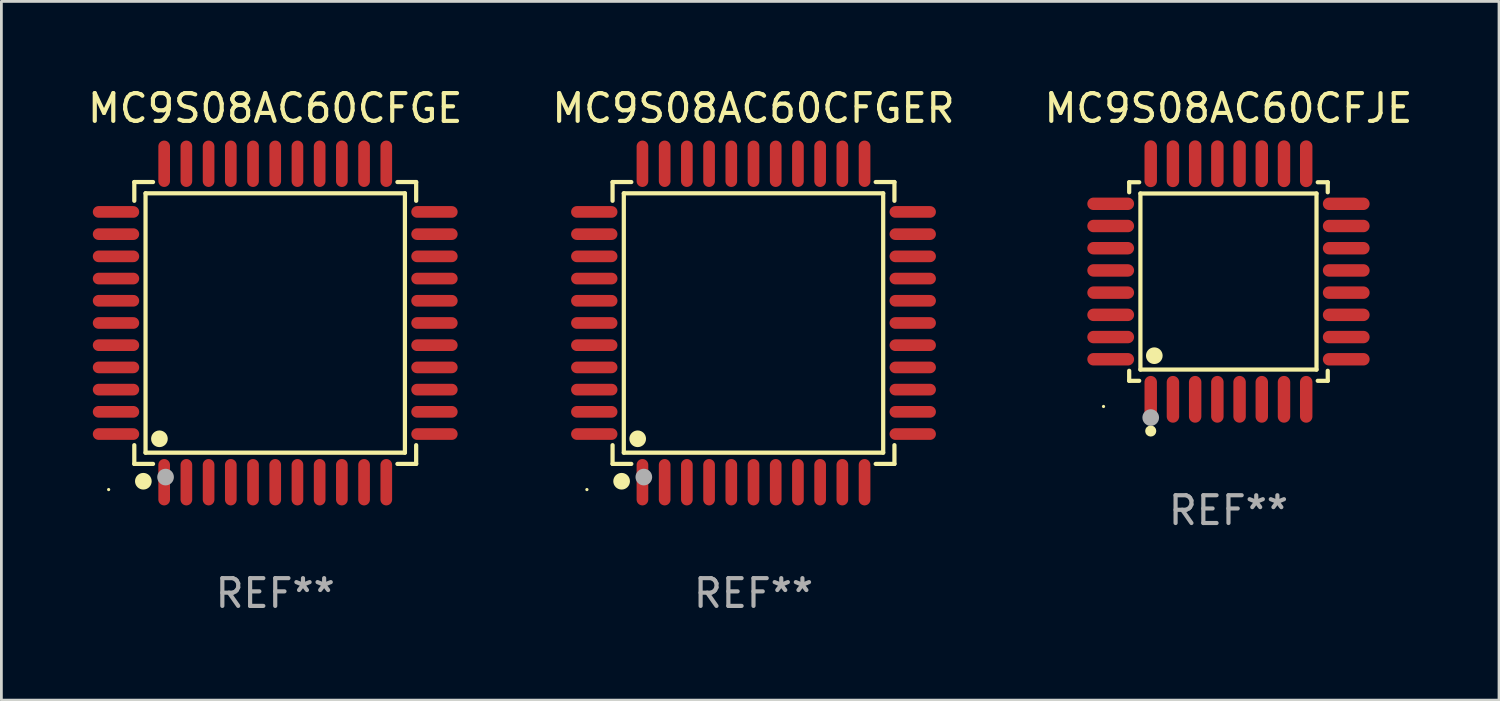
<source format=kicad_pcb>
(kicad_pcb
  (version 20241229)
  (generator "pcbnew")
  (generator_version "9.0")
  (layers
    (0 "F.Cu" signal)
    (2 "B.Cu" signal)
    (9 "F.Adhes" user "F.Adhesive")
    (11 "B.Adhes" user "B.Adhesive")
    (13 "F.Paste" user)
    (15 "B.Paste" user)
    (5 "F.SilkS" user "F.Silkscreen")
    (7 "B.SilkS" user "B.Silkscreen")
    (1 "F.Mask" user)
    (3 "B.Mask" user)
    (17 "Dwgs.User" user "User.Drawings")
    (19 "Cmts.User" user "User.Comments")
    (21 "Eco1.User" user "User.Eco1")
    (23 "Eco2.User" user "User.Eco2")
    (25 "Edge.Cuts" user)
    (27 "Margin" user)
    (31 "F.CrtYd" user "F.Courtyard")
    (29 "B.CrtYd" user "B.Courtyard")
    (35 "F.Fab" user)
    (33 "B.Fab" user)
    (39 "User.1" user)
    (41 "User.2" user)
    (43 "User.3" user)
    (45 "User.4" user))
  (footprint "MC9S08AC60CFJE"
    (layer "F.Cu")
    (at 41.196 7.09)
    (property "Reference" "MC9S08AC60CFJE" (at 0 -6.242 0) (layer "F.SilkS") (effects (font (size 1 1) (thickness 0.15))))
    (attr through_hole)
    (fp_line (start -3.576 -3.576) (end -3.215 -3.576) (stroke (width 0.152) (type solid)) (layer "F.SilkS"))
    (fp_line (start -3.576 -3.215) (end -3.576 -3.576) (stroke (width 0.152) (type solid)) (layer "F.SilkS"))
    (fp_line (start -3.576 3.215) (end -3.576 3.576) (stroke (width 0.152) (type solid)) (layer "F.SilkS"))
    (fp_line (start -3.576 3.576) (end -3.215 3.576) (stroke (width 0.152) (type solid)) (layer "F.SilkS"))
    (fp_line (start -3.171 -3.171) (end 3.171 -3.171) (stroke (width 0.152) (type solid)) (layer "F.SilkS"))
    (fp_line (start -3.171 3.171) (end -3.171 -3.171) (stroke (width 0.152) (type solid)) (layer "F.SilkS"))
    (fp_line (start 3.171 -3.171) (end 3.171 3.171) (stroke (width 0.152) (type solid)) (layer "F.SilkS"))
    (fp_line (start 3.171 3.171) (end -3.171 3.171) (stroke (width 0.152) (type solid)) (layer "F.SilkS"))
    (fp_line (start 3.576 -3.576) (end 3.215 -3.576) (stroke (width 0.152) (type solid)) (layer "F.SilkS"))
    (fp_line (start 3.576 -3.215) (end 3.576 -3.576) (stroke (width 0.152) (type solid)) (layer "F.SilkS"))
    (fp_line (start 3.576 3.215) (end 3.576 3.576) (stroke (width 0.152) (type solid)) (layer "F.SilkS"))
    (fp_line (start 3.576 3.576) (end 3.215 3.576) (stroke (width 0.152) (type solid)) (layer "F.SilkS"))
    (fp_circle (center -4.5 4.5) (end -4.47 4.5) (stroke (width 0.06) (type solid)) (fill no) (layer "F.SilkS"))
    (fp_circle (center -2.8 5.384) (end -2.7 5.384) (stroke (width 0.2) (type solid)) (fill no) (layer "F.SilkS"))
    (fp_circle (center -2.671 2.671) (end -2.521 2.671) (stroke (width 0.3) (type solid)) (fill no) (layer "F.SilkS"))
    (fp_circle (center -2.8 4.9) (end -2.65 4.9) (stroke (width 0.3) (type solid)) (fill no) (layer "F.Fab"))
    (fp_text user "REF**" (at 0 8.242 0) (layer "F.Fab") (effects (font (size 1 1) (thickness 0.15))))
    (pad "1" smd oval (at -2.8 4.242) (size 0.448 1.684) (layers "F.Cu" "F.Mask" "F.Paste"))
    (pad "2" smd oval (at -2 4.242) (size 0.448 1.684) (layers "F.Cu" "F.Mask" "F.Paste"))
    (pad "3" smd oval (at -1.2 4.242) (size 0.448 1.684) (layers "F.Cu" "F.Mask" "F.Paste"))
    (pad "4" smd oval (at -0.4 4.242) (size 0.448 1.684) (layers "F.Cu" "F.Mask" "F.Paste"))
    (pad "5" smd oval (at 0.4 4.242) (size 0.448 1.684) (layers "F.Cu" "F.Mask" "F.Paste"))
    (pad "6" smd oval (at 1.2 4.242) (size 0.448 1.684) (layers "F.Cu" "F.Mask" "F.Paste"))
    (pad "7" smd oval (at 2 4.242) (size 0.448 1.684) (layers "F.Cu" "F.Mask" "F.Paste"))
    (pad "8" smd oval (at 2.8 4.242) (size 0.448 1.684) (layers "F.Cu" "F.Mask" "F.Paste"))
    (pad "9" smd oval (at 4.242 2.8) (size 1.684 0.448) (layers "F.Cu" "F.Mask" "F.Paste"))
    (pad "10" smd oval (at 4.242 2) (size 1.684 0.448) (layers "F.Cu" "F.Mask" "F.Paste"))
    (pad "11" smd oval (at 4.242 1.2) (size 1.684 0.448) (layers "F.Cu" "F.Mask" "F.Paste"))
    (pad "12" smd oval (at 4.242 0.4) (size 1.684 0.448) (layers "F.Cu" "F.Mask" "F.Paste"))
    (pad "13" smd oval (at 4.242 -0.4) (size 1.684 0.448) (layers "F.Cu" "F.Mask" "F.Paste"))
    (pad "14" smd oval (at 4.242 -1.2) (size 1.684 0.448) (layers "F.Cu" "F.Mask" "F.Paste"))
    (pad "15" smd oval (at 4.242 -2) (size 1.684 0.448) (layers "F.Cu" "F.Mask" "F.Paste"))
    (pad "16" smd oval (at 4.242 -2.8) (size 1.684 0.448) (layers "F.Cu" "F.Mask" "F.Paste"))
    (pad "17" smd oval (at 2.8 -4.242) (size 0.448 1.684) (layers "F.Cu" "F.Mask" "F.Paste"))
    (pad "18" smd oval (at 2 -4.242) (size 0.448 1.684) (layers "F.Cu" "F.Mask" "F.Paste"))
    (pad "19" smd oval (at 1.2 -4.242) (size 0.448 1.684) (layers "F.Cu" "F.Mask" "F.Paste"))
    (pad "20" smd oval (at 0.4 -4.242) (size 0.448 1.684) (layers "F.Cu" "F.Mask" "F.Paste"))
    (pad "21" smd oval (at -0.4 -4.242) (size 0.448 1.684) (layers "F.Cu" "F.Mask" "F.Paste"))
    (pad "22" smd oval (at -1.2 -4.242) (size 0.448 1.684) (layers "F.Cu" "F.Mask" "F.Paste"))
    (pad "23" smd oval (at -2 -4.242) (size 0.448 1.684) (layers "F.Cu" "F.Mask" "F.Paste"))
    (pad "24" smd oval (at -2.8 -4.242) (size 0.448 1.684) (layers "F.Cu" "F.Mask" "F.Paste"))
    (pad "25" smd oval (at -4.242 -2.8) (size 1.684 0.448) (layers "F.Cu" "F.Mask" "F.Paste"))
    (pad "26" smd oval (at -4.242 -2) (size 1.684 0.448) (layers "F.Cu" "F.Mask" "F.Paste"))
    (pad "27" smd oval (at -4.242 -1.2) (size 1.684 0.448) (layers "F.Cu" "F.Mask" "F.Paste"))
    (pad "28" smd oval (at -4.242 -0.4) (size 1.684 0.448) (layers "F.Cu" "F.Mask" "F.Paste"))
    (pad "29" smd oval (at -4.242 0.4) (size 1.684 0.448) (layers "F.Cu" "F.Mask" "F.Paste"))
    (pad "30" smd oval (at -4.242 1.2) (size 1.684 0.448) (layers "F.Cu" "F.Mask" "F.Paste"))
    (pad "31" smd oval (at -4.242 2) (size 1.684 0.448) (layers "F.Cu" "F.Mask" "F.Paste"))
    (pad "32" smd oval (at -4.242 2.8) (size 1.684 0.448) (layers "F.Cu" "F.Mask" "F.Paste")))
  (footprint "MC9S08AC60CFGE"
    (layer "F.Cu")
    (at 6.863 8.583)
    (property "Reference" "MC9S08AC60CFGE" (at 0 -7.735 0) (layer "F.SilkS") (effects (font (size 1 1) (thickness 0.15))))
    (attr through_hole)
    (fp_line (start -5.076 -5.076) (end -4.401 -5.076) (stroke (width 0.152) (type solid)) (layer "F.SilkS"))
    (fp_line (start -5.076 -4.401) (end -5.076 -5.076) (stroke (width 0.152) (type solid)) (layer "F.SilkS"))
    (fp_line (start -5.076 4.401) (end -5.076 5.076) (stroke (width 0.152) (type solid)) (layer "F.SilkS"))
    (fp_line (start -5.076 5.076) (end -4.401 5.076) (stroke (width 0.152) (type solid)) (layer "F.SilkS"))
    (fp_line (start -4.671 -4.671) (end 4.671 -4.671) (stroke (width 0.152) (type solid)) (layer "F.SilkS"))
    (fp_line (start -4.671 4.671) (end -4.671 -4.671) (stroke (width 0.152) (type solid)) (layer "F.SilkS"))
    (fp_line (start 4.671 -4.671) (end 4.671 4.671) (stroke (width 0.152) (type solid)) (layer "F.SilkS"))
    (fp_line (start 4.671 4.671) (end -4.671 4.671) (stroke (width 0.152) (type solid)) (layer "F.SilkS"))
    (fp_line (start 5.076 -5.076) (end 4.401 -5.076) (stroke (width 0.152) (type solid)) (layer "F.SilkS"))
    (fp_line (start 5.076 -4.401) (end 5.076 -5.076) (stroke (width 0.152) (type solid)) (layer "F.SilkS"))
    (fp_line (start 5.076 4.401) (end 5.076 5.076) (stroke (width 0.152) (type solid)) (layer "F.SilkS"))
    (fp_line (start 5.076 5.076) (end 4.401 5.076) (stroke (width 0.152) (type solid)) (layer "F.SilkS"))
    (fp_circle (center -6 6) (end -5.97 6) (stroke (width 0.06) (type solid)) (fill no) (layer "F.SilkS"))
    (fp_circle (center -4.75 5.7) (end -4.6 5.7) (stroke (width 0.3) (type solid)) (fill no) (layer "F.SilkS"))
    (fp_circle (center -4.171 4.171) (end -4.021 4.171) (stroke (width 0.3) (type solid)) (fill no) (layer "F.SilkS"))
    (fp_circle (center -3.95 5.55) (end -3.8 5.55) (stroke (width 0.3) (type solid)) (fill no) (layer "F.Fab"))
    (fp_text user "REF**" (at 0 9.735 0) (layer "F.Fab") (effects (font (size 1 1) (thickness 0.15))))
    (pad "1" smd oval (at -4 5.735) (size 0.42 1.67) (layers "F.Cu" "F.Mask" "F.Paste"))
    (pad "2" smd oval (at -3.2 5.735) (size 0.42 1.67) (layers "F.Cu" "F.Mask" "F.Paste"))
    (pad "3" smd oval (at -2.4 5.735) (size 0.42 1.67) (layers "F.Cu" "F.Mask" "F.Paste"))
    (pad "4" smd oval (at -1.6 5.735) (size 0.42 1.67) (layers "F.Cu" "F.Mask" "F.Paste"))
    (pad "5" smd oval (at -0.8 5.735) (size 0.42 1.67) (layers "F.Cu" "F.Mask" "F.Paste"))
    (pad "6" smd oval (at 0 5.735) (size 0.42 1.67) (layers "F.Cu" "F.Mask" "F.Paste"))
    (pad "7" smd oval (at 0.8 5.735) (size 0.42 1.67) (layers "F.Cu" "F.Mask" "F.Paste"))
    (pad "8" smd oval (at 1.6 5.735) (size 0.42 1.67) (layers "F.Cu" "F.Mask" "F.Paste"))
    (pad "9" smd oval (at 2.4 5.735) (size 0.42 1.67) (layers "F.Cu" "F.Mask" "F.Paste"))
    (pad "10" smd oval (at 3.2 5.735) (size 0.42 1.67) (layers "F.Cu" "F.Mask" "F.Paste"))
    (pad "11" smd oval (at 4 5.735) (size 0.42 1.67) (layers "F.Cu" "F.Mask" "F.Paste"))
    (pad "12" smd oval (at 5.735 4) (size 1.67 0.42) (layers "F.Cu" "F.Mask" "F.Paste"))
    (pad "13" smd oval (at 5.735 3.2) (size 1.67 0.42) (layers "F.Cu" "F.Mask" "F.Paste"))
    (pad "14" smd oval (at 5.735 2.4) (size 1.67 0.42) (layers "F.Cu" "F.Mask" "F.Paste"))
    (pad "15" smd oval (at 5.735 1.6) (size 1.67 0.42) (layers "F.Cu" "F.Mask" "F.Paste"))
    (pad "16" smd oval (at 5.735 0.8) (size 1.67 0.42) (layers "F.Cu" "F.Mask" "F.Paste"))
    (pad "17" smd oval (at 5.735 0) (size 1.67 0.42) (layers "F.Cu" "F.Mask" "F.Paste"))
    (pad "18" smd oval (at 5.735 -0.8) (size 1.67 0.42) (layers "F.Cu" "F.Mask" "F.Paste"))
    (pad "19" smd oval (at 5.735 -1.6) (size 1.67 0.42) (layers "F.Cu" "F.Mask" "F.Paste"))
    (pad "20" smd oval (at 5.735 -2.4) (size 1.67 0.42) (layers "F.Cu" "F.Mask" "F.Paste"))
    (pad "21" smd oval (at 5.735 -3.2) (size 1.67 0.42) (layers "F.Cu" "F.Mask" "F.Paste"))
    (pad "22" smd oval (at 5.735 -4) (size 1.67 0.42) (layers "F.Cu" "F.Mask" "F.Paste"))
    (pad "23" smd oval (at 4 -5.735) (size 0.42 1.67) (layers "F.Cu" "F.Mask" "F.Paste"))
    (pad "24" smd oval (at 3.2 -5.735) (size 0.42 1.67) (layers "F.Cu" "F.Mask" "F.Paste"))
    (pad "25" smd oval (at 2.4 -5.735) (size 0.42 1.67) (layers "F.Cu" "F.Mask" "F.Paste"))
    (pad "26" smd oval (at 1.6 -5.735) (size 0.42 1.67) (layers "F.Cu" "F.Mask" "F.Paste"))
    (pad "27" smd oval (at 0.8 -5.735) (size 0.42 1.67) (layers "F.Cu" "F.Mask" "F.Paste"))
    (pad "28" smd oval (at 0 -5.735) (size 0.42 1.67) (layers "F.Cu" "F.Mask" "F.Paste"))
    (pad "29" smd oval (at -0.8 -5.735) (size 0.42 1.67) (layers "F.Cu" "F.Mask" "F.Paste"))
    (pad "30" smd oval (at -1.6 -5.735) (size 0.42 1.67) (layers "F.Cu" "F.Mask" "F.Paste"))
    (pad "31" smd oval (at -2.4 -5.735) (size 0.42 1.67) (layers "F.Cu" "F.Mask" "F.Paste"))
    (pad "32" smd oval (at -3.2 -5.735) (size 0.42 1.67) (layers "F.Cu" "F.Mask" "F.Paste"))
    (pad "33" smd oval (at -4 -5.735) (size 0.42 1.67) (layers "F.Cu" "F.Mask" "F.Paste"))
    (pad "34" smd oval (at -5.735 -4) (size 1.67 0.42) (layers "F.Cu" "F.Mask" "F.Paste"))
    (pad "35" smd oval (at -5.735 -3.2) (size 1.67 0.42) (layers "F.Cu" "F.Mask" "F.Paste"))
    (pad "36" smd oval (at -5.735 -2.4) (size 1.67 0.42) (layers "F.Cu" "F.Mask" "F.Paste"))
    (pad "37" smd oval (at -5.735 -1.6) (size 1.67 0.42) (layers "F.Cu" "F.Mask" "F.Paste"))
    (pad "38" smd oval (at -5.735 -0.8) (size 1.67 0.42) (layers "F.Cu" "F.Mask" "F.Paste"))
    (pad "39" smd oval (at -5.735 0) (size 1.67 0.42) (layers "F.Cu" "F.Mask" "F.Paste"))
    (pad "40" smd oval (at -5.735 0.8) (size 1.67 0.42) (layers "F.Cu" "F.Mask" "F.Paste"))
    (pad "41" smd oval (at -5.735 1.6) (size 1.67 0.42) (layers "F.Cu" "F.Mask" "F.Paste"))
    (pad "42" smd oval (at -5.735 2.4) (size 1.67 0.42) (layers "F.Cu" "F.Mask" "F.Paste"))
    (pad "43" smd oval (at -5.735 3.2) (size 1.67 0.42) (layers "F.Cu" "F.Mask" "F.Paste"))
    (pad "44" smd oval (at -5.735 4) (size 1.67 0.42) (layers "F.Cu" "F.Mask" "F.Paste")))
  (footprint "MC9S08AC60CFGER"
    (layer "F.Cu")
    (at 24.089 8.583)
    (property "Reference" "MC9S08AC60CFGER" (at 0 -7.735 0) (layer "F.SilkS") (effects (font (size 1 1) (thickness 0.15))))
    (attr through_hole)
    (fp_line (start -5.076 -5.076) (end -4.401 -5.076) (stroke (width 0.152) (type solid)) (layer "F.SilkS"))
    (fp_line (start -5.076 -4.401) (end -5.076 -5.076) (stroke (width 0.152) (type solid)) (layer "F.SilkS"))
    (fp_line (start -5.076 4.401) (end -5.076 5.076) (stroke (width 0.152) (type solid)) (layer "F.SilkS"))
    (fp_line (start -5.076 5.076) (end -4.401 5.076) (stroke (width 0.152) (type solid)) (layer "F.SilkS"))
    (fp_line (start -4.671 -4.671) (end 4.671 -4.671) (stroke (width 0.152) (type solid)) (layer "F.SilkS"))
    (fp_line (start -4.671 4.671) (end -4.671 -4.671) (stroke (width 0.152) (type solid)) (layer "F.SilkS"))
    (fp_line (start 4.671 -4.671) (end 4.671 4.671) (stroke (width 0.152) (type solid)) (layer "F.SilkS"))
    (fp_line (start 4.671 4.671) (end -4.671 4.671) (stroke (width 0.152) (type solid)) (layer "F.SilkS"))
    (fp_line (start 5.076 -5.076) (end 4.401 -5.076) (stroke (width 0.152) (type solid)) (layer "F.SilkS"))
    (fp_line (start 5.076 -4.401) (end 5.076 -5.076) (stroke (width 0.152) (type solid)) (layer "F.SilkS"))
    (fp_line (start 5.076 4.401) (end 5.076 5.076) (stroke (width 0.152) (type solid)) (layer "F.SilkS"))
    (fp_line (start 5.076 5.076) (end 4.401 5.076) (stroke (width 0.152) (type solid)) (layer "F.SilkS"))
    (fp_circle (center -6 6) (end -5.97 6) (stroke (width 0.06) (type solid)) (fill no) (layer "F.SilkS"))
    (fp_circle (center -4.75 5.7) (end -4.6 5.7) (stroke (width 0.3) (type solid)) (fill no) (layer "F.SilkS"))
    (fp_circle (center -4.171 4.171) (end -4.021 4.171) (stroke (width 0.3) (type solid)) (fill no) (layer "F.SilkS"))
    (fp_circle (center -3.95 5.55) (end -3.8 5.55) (stroke (width 0.3) (type solid)) (fill no) (layer "F.Fab"))
    (fp_text user "REF**" (at 0 9.735 0) (layer "F.Fab") (effects (font (size 1 1) (thickness 0.15))))
    (pad "1" smd oval (at -4 5.735) (size 0.42 1.67) (layers "F.Cu" "F.Mask" "F.Paste"))
    (pad "2" smd oval (at -3.2 5.735) (size 0.42 1.67) (layers "F.Cu" "F.Mask" "F.Paste"))
    (pad "3" smd oval (at -2.4 5.735) (size 0.42 1.67) (layers "F.Cu" "F.Mask" "F.Paste"))
    (pad "4" smd oval (at -1.6 5.735) (size 0.42 1.67) (layers "F.Cu" "F.Mask" "F.Paste"))
    (pad "5" smd oval (at -0.8 5.735) (size 0.42 1.67) (layers "F.Cu" "F.Mask" "F.Paste"))
    (pad "6" smd oval (at 0 5.735) (size 0.42 1.67) (layers "F.Cu" "F.Mask" "F.Paste"))
    (pad "7" smd oval (at 0.8 5.735) (size 0.42 1.67) (layers "F.Cu" "F.Mask" "F.Paste"))
    (pad "8" smd oval (at 1.6 5.735) (size 0.42 1.67) (layers "F.Cu" "F.Mask" "F.Paste"))
    (pad "9" smd oval (at 2.4 5.735) (size 0.42 1.67) (layers "F.Cu" "F.Mask" "F.Paste"))
    (pad "10" smd oval (at 3.2 5.735) (size 0.42 1.67) (layers "F.Cu" "F.Mask" "F.Paste"))
    (pad "11" smd oval (at 4 5.735) (size 0.42 1.67) (layers "F.Cu" "F.Mask" "F.Paste"))
    (pad "12" smd oval (at 5.735 4) (size 1.67 0.42) (layers "F.Cu" "F.Mask" "F.Paste"))
    (pad "13" smd oval (at 5.735 3.2) (size 1.67 0.42) (layers "F.Cu" "F.Mask" "F.Paste"))
    (pad "14" smd oval (at 5.735 2.4) (size 1.67 0.42) (layers "F.Cu" "F.Mask" "F.Paste"))
    (pad "15" smd oval (at 5.735 1.6) (size 1.67 0.42) (layers "F.Cu" "F.Mask" "F.Paste"))
    (pad "16" smd oval (at 5.735 0.8) (size 1.67 0.42) (layers "F.Cu" "F.Mask" "F.Paste"))
    (pad "17" smd oval (at 5.735 0) (size 1.67 0.42) (layers "F.Cu" "F.Mask" "F.Paste"))
    (pad "18" smd oval (at 5.735 -0.8) (size 1.67 0.42) (layers "F.Cu" "F.Mask" "F.Paste"))
    (pad "19" smd oval (at 5.735 -1.6) (size 1.67 0.42) (layers "F.Cu" "F.Mask" "F.Paste"))
    (pad "20" smd oval (at 5.735 -2.4) (size 1.67 0.42) (layers "F.Cu" "F.Mask" "F.Paste"))
    (pad "21" smd oval (at 5.735 -3.2) (size 1.67 0.42) (layers "F.Cu" "F.Mask" "F.Paste"))
    (pad "22" smd oval (at 5.735 -4) (size 1.67 0.42) (layers "F.Cu" "F.Mask" "F.Paste"))
    (pad "23" smd oval (at 4 -5.735) (size 0.42 1.67) (layers "F.Cu" "F.Mask" "F.Paste"))
    (pad "24" smd oval (at 3.2 -5.735) (size 0.42 1.67) (layers "F.Cu" "F.Mask" "F.Paste"))
    (pad "25" smd oval (at 2.4 -5.735) (size 0.42 1.67) (layers "F.Cu" "F.Mask" "F.Paste"))
    (pad "26" smd oval (at 1.6 -5.735) (size 0.42 1.67) (layers "F.Cu" "F.Mask" "F.Paste"))
    (pad "27" smd oval (at 0.8 -5.735) (size 0.42 1.67) (layers "F.Cu" "F.Mask" "F.Paste"))
    (pad "28" smd oval (at 0 -5.735) (size 0.42 1.67) (layers "F.Cu" "F.Mask" "F.Paste"))
    (pad "29" smd oval (at -0.8 -5.735) (size 0.42 1.67) (layers "F.Cu" "F.Mask" "F.Paste"))
    (pad "30" smd oval (at -1.6 -5.735) (size 0.42 1.67) (layers "F.Cu" "F.Mask" "F.Paste"))
    (pad "31" smd oval (at -2.4 -5.735) (size 0.42 1.67) (layers "F.Cu" "F.Mask" "F.Paste"))
    (pad "32" smd oval (at -3.2 -5.735) (size 0.42 1.67) (layers "F.Cu" "F.Mask" "F.Paste"))
    (pad "33" smd oval (at -4 -5.735) (size 0.42 1.67) (layers "F.Cu" "F.Mask" "F.Paste"))
    (pad "34" smd oval (at -5.735 -4) (size 1.67 0.42) (layers "F.Cu" "F.Mask" "F.Paste"))
    (pad "35" smd oval (at -5.735 -3.2) (size 1.67 0.42) (layers "F.Cu" "F.Mask" "F.Paste"))
    (pad "36" smd oval (at -5.735 -2.4) (size 1.67 0.42) (layers "F.Cu" "F.Mask" "F.Paste"))
    (pad "37" smd oval (at -5.735 -1.6) (size 1.67 0.42) (layers "F.Cu" "F.Mask" "F.Paste"))
    (pad "38" smd oval (at -5.735 -0.8) (size 1.67 0.42) (layers "F.Cu" "F.Mask" "F.Paste"))
    (pad "39" smd oval (at -5.735 0) (size 1.67 0.42) (layers "F.Cu" "F.Mask" "F.Paste"))
    (pad "40" smd oval (at -5.735 0.8) (size 1.67 0.42) (layers "F.Cu" "F.Mask" "F.Paste"))
    (pad "41" smd oval (at -5.735 1.6) (size 1.67 0.42) (layers "F.Cu" "F.Mask" "F.Paste"))
    (pad "42" smd oval (at -5.735 2.4) (size 1.67 0.42) (layers "F.Cu" "F.Mask" "F.Paste"))
    (pad "43" smd oval (at -5.735 3.2) (size 1.67 0.42) (layers "F.Cu" "F.Mask" "F.Paste"))
    (pad "44" smd oval (at -5.735 4) (size 1.67 0.42) (layers "F.Cu" "F.Mask" "F.Paste")))
  (gr_rect
    (start -3 -3)
    (end 50.94 22.167)
    (stroke (width 0.1) (type default))
    (fill no)
    (layer "Edge.Cuts")))
</source>
